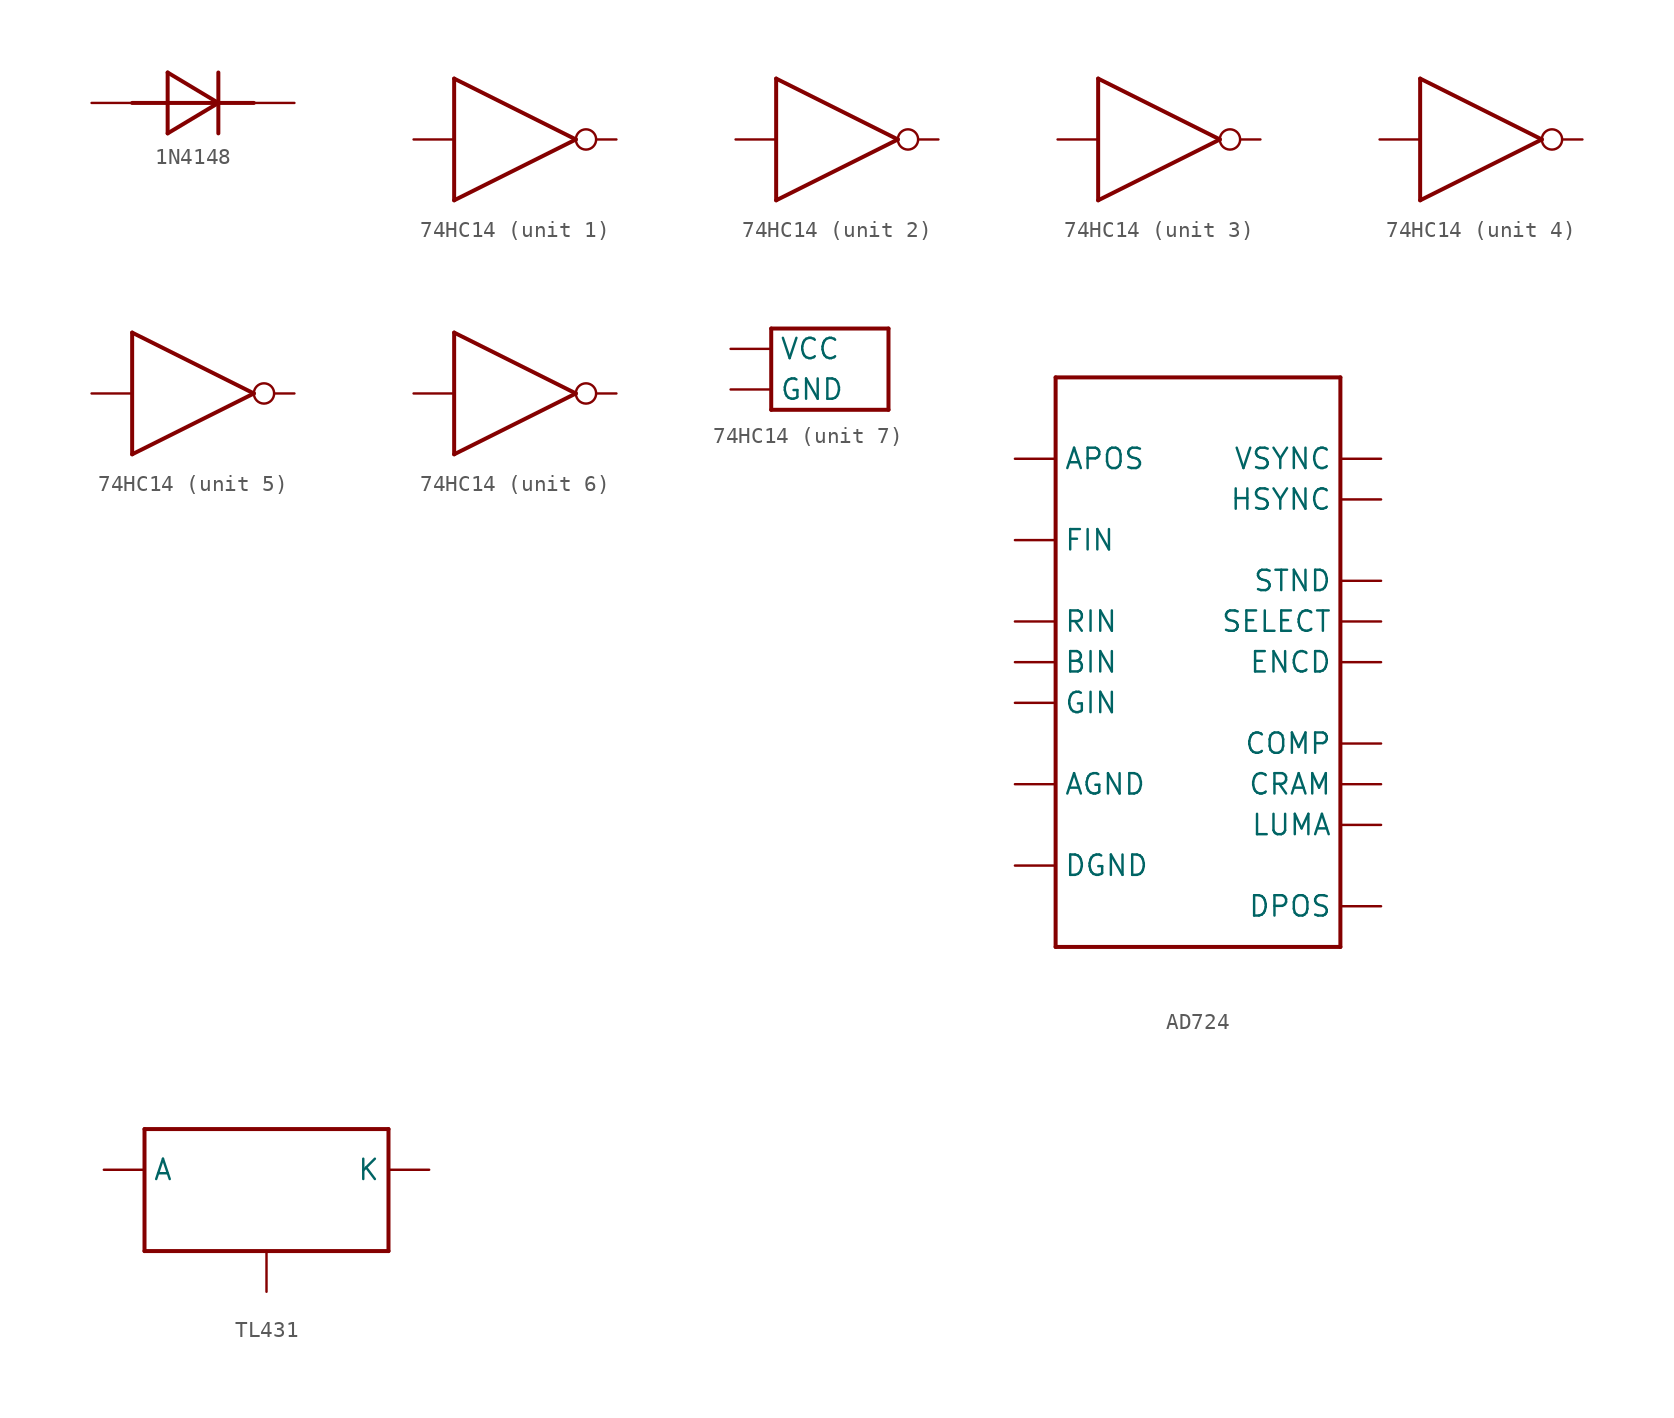
<source format=kicad_sym>
(kicad_symbol_lib
  (version 20231120)
  (generator "kicad_symbol_editor")
  (generator_version "8.0")
  (symbol "1N4148"
    (property "Reference" "D"
      (at 0 0 0)
      (effects (font (size 1.27 1.27)) (hide yes)))
    (property "ki_locked" ""
      (at 0 0 0)
      (effects (font (size 1.27 1.27))))
    (symbol "1N4148_1_0"
      (polyline (pts (xy -3.81 0) (xy -1.587 0)) (stroke (width 0.25) (type solid)) (fill (type none)))
      (polyline (pts (xy -1.587 -1.905) (xy 1.587 0)) (stroke (width 0.25) (type solid)) (fill (type none)))
      (polyline (pts (xy -1.587 0) (xy 1.587 0)) (stroke (width 0.25) (type solid)) (fill (type none)))
      (polyline (pts (xy -1.587 1.905) (xy -1.587 -1.905)) (stroke (width 0.25) (type solid)) (fill (type none)))
      (polyline (pts (xy -1.587 1.905) (xy 1.587 0)) (stroke (width 0.25) (type solid)) (fill (type none)))
      (polyline (pts (xy 1.587 1.905) (xy 1.587 -1.905)) (stroke (width 0.25) (type solid)) (fill (type none)))
      (polyline (pts (xy 3.81 0) (xy 1.587 0)) (stroke (width 0.25) (type solid)) (fill (type none)))
      (pin passive line (at 6.35 0 180) (length 2.54) (name "K" (effects (font (size 0 0)))) (number "1" (effects (font (size 0 0)))))
      (pin passive line (at -6.35 0 0) (length 2.54) (name "A" (effects (font (size 0 0)))) (number "2" (effects (font (size 0 0)))))))
  (symbol "74HC14"
    (property "Reference" "U"
      (at 0 0 0)
      (effects (font (size 1.27 1.27)) (hide yes)))
    (property "ki_locked" ""
      (at 0 0 0)
      (effects (font (size 1.27 1.27))))
    (symbol "74HC14_1_0"
      (polyline (pts (xy -3.81 -3.81) (xy -3.81 3.81)) (stroke (width 0.25) (type solid)) (fill (type none)))
      (polyline (pts (xy -3.81 -3.81) (xy 3.81 0)) (stroke (width 0.25) (type solid)) (fill (type none)))
      (polyline (pts (xy -3.81 3.81) (xy 3.81 0)) (stroke (width 0.25) (type solid)) (fill (type none)))
      (pin input line (at -6.35 0 0) (length 2.54) (name "A" (effects (font (size 0 0)))) (number "1" (effects (font (size 0 0)))))
      (pin output inverted (at 6.35 0 180) (length 2.54) (name "Y" (effects (font (size 0 0)))) (number "2" (effects (font (size 0 0))))))
    (symbol "74HC14_2_0"
      (polyline (pts (xy -3.81 -3.81) (xy -3.81 3.81)) (stroke (width 0.25) (type solid)) (fill (type none)))
      (polyline (pts (xy -3.81 -3.81) (xy 3.81 0)) (stroke (width 0.25) (type solid)) (fill (type none)))
      (polyline (pts (xy -3.81 3.81) (xy 3.81 0)) (stroke (width 0.25) (type solid)) (fill (type none)))
      (pin input line (at -6.35 0 0) (length 2.54) (name "A" (effects (font (size 0 0)))) (number "3" (effects (font (size 0 0)))))
      (pin output inverted (at 6.35 0 180) (length 2.54) (name "Y" (effects (font (size 0 0)))) (number "4" (effects (font (size 0 0))))))
    (symbol "74HC14_3_0"
      (polyline (pts (xy -3.81 -3.81) (xy -3.81 3.81)) (stroke (width 0.25) (type solid)) (fill (type none)))
      (polyline (pts (xy -3.81 -3.81) (xy 3.81 0)) (stroke (width 0.25) (type solid)) (fill (type none)))
      (polyline (pts (xy -3.81 3.81) (xy 3.81 0)) (stroke (width 0.25) (type solid)) (fill (type none)))
      (pin input line (at -6.35 0 0) (length 2.54) (name "A" (effects (font (size 0 0)))) (number "5" (effects (font (size 0 0)))))
      (pin output inverted (at 6.35 0 180) (length 2.54) (name "Y" (effects (font (size 0 0)))) (number "6" (effects (font (size 0 0))))))
    (symbol "74HC14_4_0"
      (polyline (pts (xy -3.81 -3.81) (xy -3.81 3.81)) (stroke (width 0.25) (type solid)) (fill (type none)))
      (polyline (pts (xy -3.81 -3.81) (xy 3.81 0)) (stroke (width 0.25) (type solid)) (fill (type none)))
      (polyline (pts (xy -3.81 3.81) (xy 3.81 0)) (stroke (width 0.25) (type solid)) (fill (type none)))
      (pin output inverted (at 6.35 0 180) (length 2.54) (name "Y" (effects (font (size 0 0)))) (number "8" (effects (font (size 0 0)))))
      (pin input line (at -6.35 0 0) (length 2.54) (name "A" (effects (font (size 0 0)))) (number "9" (effects (font (size 0 0))))))
    (symbol "74HC14_5_0"
      (polyline (pts (xy -3.81 -3.81) (xy -3.81 3.81)) (stroke (width 0.25) (type solid)) (fill (type none)))
      (polyline (pts (xy -3.81 -3.81) (xy 3.81 0)) (stroke (width 0.25) (type solid)) (fill (type none)))
      (polyline (pts (xy -3.81 3.81) (xy 3.81 0)) (stroke (width 0.25) (type solid)) (fill (type none)))
      (pin output inverted (at 6.35 0 180) (length 2.54) (name "Y" (effects (font (size 0 0)))) (number "10" (effects (font (size 0 0)))))
      (pin input line (at -6.35 0 0) (length 2.54) (name "A" (effects (font (size 0 0)))) (number "11" (effects (font (size 0 0))))))
    (symbol "74HC14_6_0"
      (polyline (pts (xy -3.81 -3.81) (xy -3.81 3.81)) (stroke (width 0.25) (type solid)) (fill (type none)))
      (polyline (pts (xy -3.81 -3.81) (xy 3.81 0)) (stroke (width 0.25) (type solid)) (fill (type none)))
      (polyline (pts (xy -3.81 3.81) (xy 3.81 0)) (stroke (width 0.25) (type solid)) (fill (type none)))
      (pin output inverted (at 6.35 0 180) (length 2.54) (name "Y" (effects (font (size 0 0)))) (number "12" (effects (font (size 0 0)))))
      (pin input line (at -6.35 0 0) (length 2.54) (name "A" (effects (font (size 0 0)))) (number "13" (effects (font (size 0 0))))))
    (symbol "74HC14_7_0"
      (polyline (pts (xy -3.667 -2.54) (xy -3.667 2.54)) (stroke (width 0.25) (type solid)) (fill (type none)))
      (polyline (pts (xy -3.667 2.54) (xy 3.667 2.54)) (stroke (width 0.25) (type solid)) (fill (type none)))
      (polyline (pts (xy 3.667 -2.54) (xy -3.667 -2.54)) (stroke (width 0.25) (type solid)) (fill (type none)))
      (polyline (pts (xy 3.667 2.54) (xy 3.667 -2.54)) (stroke (width 0.25) (type solid)) (fill (type none)))
      (pin power_in line (at -6.207 1.27 0) (length 2.54) (name "VCC" (effects (font (size 1.27 1.27)))) (number "14" (effects (font (size 0 0)))))
      (pin power_in line (at -6.207 -1.27 0) (length 2.54) (name "GND" (effects (font (size 1.27 1.27)))) (number "7" (effects (font (size 0 0)))))))
  (symbol "AD724"
    (property "Reference" "U"
      (at 0 0 0)
      (effects (font (size 1.27 1.27)) (hide yes)))
    (property "ki_locked" ""
      (at 0 0 0)
      (effects (font (size 1.27 1.27))))
    (symbol "AD724_1_0"
      (polyline (pts (xy -8.89 -17.78) (xy -8.89 17.78)) (stroke (width 0.25) (type solid)) (fill (type none)))
      (polyline (pts (xy -8.89 17.78) (xy 8.89 17.78)) (stroke (width 0.25) (type solid)) (fill (type none)))
      (polyline (pts (xy 8.89 -17.78) (xy -8.89 -17.78)) (stroke (width 0.25) (type solid)) (fill (type none)))
      (polyline (pts (xy 8.89 17.78) (xy 8.89 -17.78)) (stroke (width 0.25) (type solid)) (fill (type none)))
      (pin input line (at 11.43 5.08 180) (length 2.54) (name "STND" (effects (font (size 1.27 1.27)))) (number "1" (effects (font (size 0 0)))))
      (pin output line (at 11.43 -5.08 180) (length 2.54) (name "COMP" (effects (font (size 1.27 1.27)))) (number "10" (effects (font (size 0 0)))))
      (pin output line (at 11.43 -10.16 180) (length 2.54) (name "LUMA" (effects (font (size 1.27 1.27)))) (number "11" (effects (font (size 0 0)))))
      (pin input line (at 11.43 2.54 180) (length 2.54) (name "SELECT" (effects (font (size 1.27 1.27)))) (number "12" (effects (font (size 0 0)))))
      (pin power_in line (at -11.43 -12.7 0) (length 2.54) (name "DGND" (effects (font (size 1.27 1.27)))) (number "13" (effects (font (size 0 0)))))
      (pin power_in line (at 11.43 -15.24 180) (length 2.54) (name "DPOS" (effects (font (size 1.27 1.27)))) (number "14" (effects (font (size 0 0)))))
      (pin passive line (at 11.43 12.7 180) (length 2.54) (name "VSYNC" (effects (font (size 1.27 1.27)))) (number "15" (effects (font (size 0 0)))))
      (pin passive line (at 11.43 10.16 180) (length 2.54) (name "HSYNC" (effects (font (size 1.27 1.27)))) (number "16" (effects (font (size 0 0)))))
      (pin power_in line (at -11.43 -7.62 0) (length 2.54) (name "AGND" (effects (font (size 1.27 1.27)))) (number "2" (effects (font (size 0 0)))))
      (pin input line (at -11.43 7.62 0) (length 2.54) (name "FIN" (effects (font (size 1.27 1.27)))) (number "3" (effects (font (size 0 0)))))
      (pin power_in line (at -11.43 12.7 0) (length 2.54) (name "APOS" (effects (font (size 1.27 1.27)))) (number "4" (effects (font (size 0 0)))))
      (pin input line (at 11.43 0 180) (length 2.54) (name "ENCD" (effects (font (size 1.27 1.27)))) (number "5" (effects (font (size 0 0)))))
      (pin input line (at -11.43 2.54 0) (length 2.54) (name "RIN" (effects (font (size 1.27 1.27)))) (number "6" (effects (font (size 0 0)))))
      (pin input line (at -11.43 -2.54 0) (length 2.54) (name "GIN" (effects (font (size 1.27 1.27)))) (number "7" (effects (font (size 0 0)))))
      (pin input line (at -11.43 0 0) (length 2.54) (name "BIN" (effects (font (size 1.27 1.27)))) (number "8" (effects (font (size 0 0)))))
      (pin output line (at 11.43 -7.62 180) (length 2.54) (name "CRAM" (effects (font (size 1.27 1.27)))) (number "9" (effects (font (size 0 0)))))))
  (symbol "TL431"
    (property "Reference" "U"
      (at 0 0 0)
      (effects (font (size 1.27 1.27)) (hide yes)))
    (property "ki_locked" ""
      (at 0 0 0)
      (effects (font (size 1.27 1.27))))
    (symbol "TL431_1_0"
      (polyline (pts (xy -7.62 -3.81) (xy -7.62 3.81)) (stroke (width 0.25) (type solid)) (fill (type none)))
      (polyline (pts (xy -7.62 -3.81) (xy 7.62 -3.81)) (stroke (width 0.25) (type solid)) (fill (type none)))
      (polyline (pts (xy -7.62 3.81) (xy 7.62 3.81)) (stroke (width 0.25) (type solid)) (fill (type none)))
      (polyline (pts (xy 7.62 3.81) (xy 7.62 -3.81)) (stroke (width 0.25) (type solid)) (fill (type none)))
      (pin passive line (at 10.16 1.27 180) (length 2.54) (name "K" (effects (font (size 1.27 1.27)))) (number "1" (effects (font (size 0 0)))))
      (pin passive line (at -10.16 1.27 0) (length 2.54) (name "A" (effects (font (size 1.27 1.27)))) (number "2" (effects (font (size 0 0)))))
      (pin input line (at 0 -6.35 90) (length 2.54) (name "REF" (effects (font (size 0 0)))) (number "3" (effects (font (size 0 0))))))))
</source>
